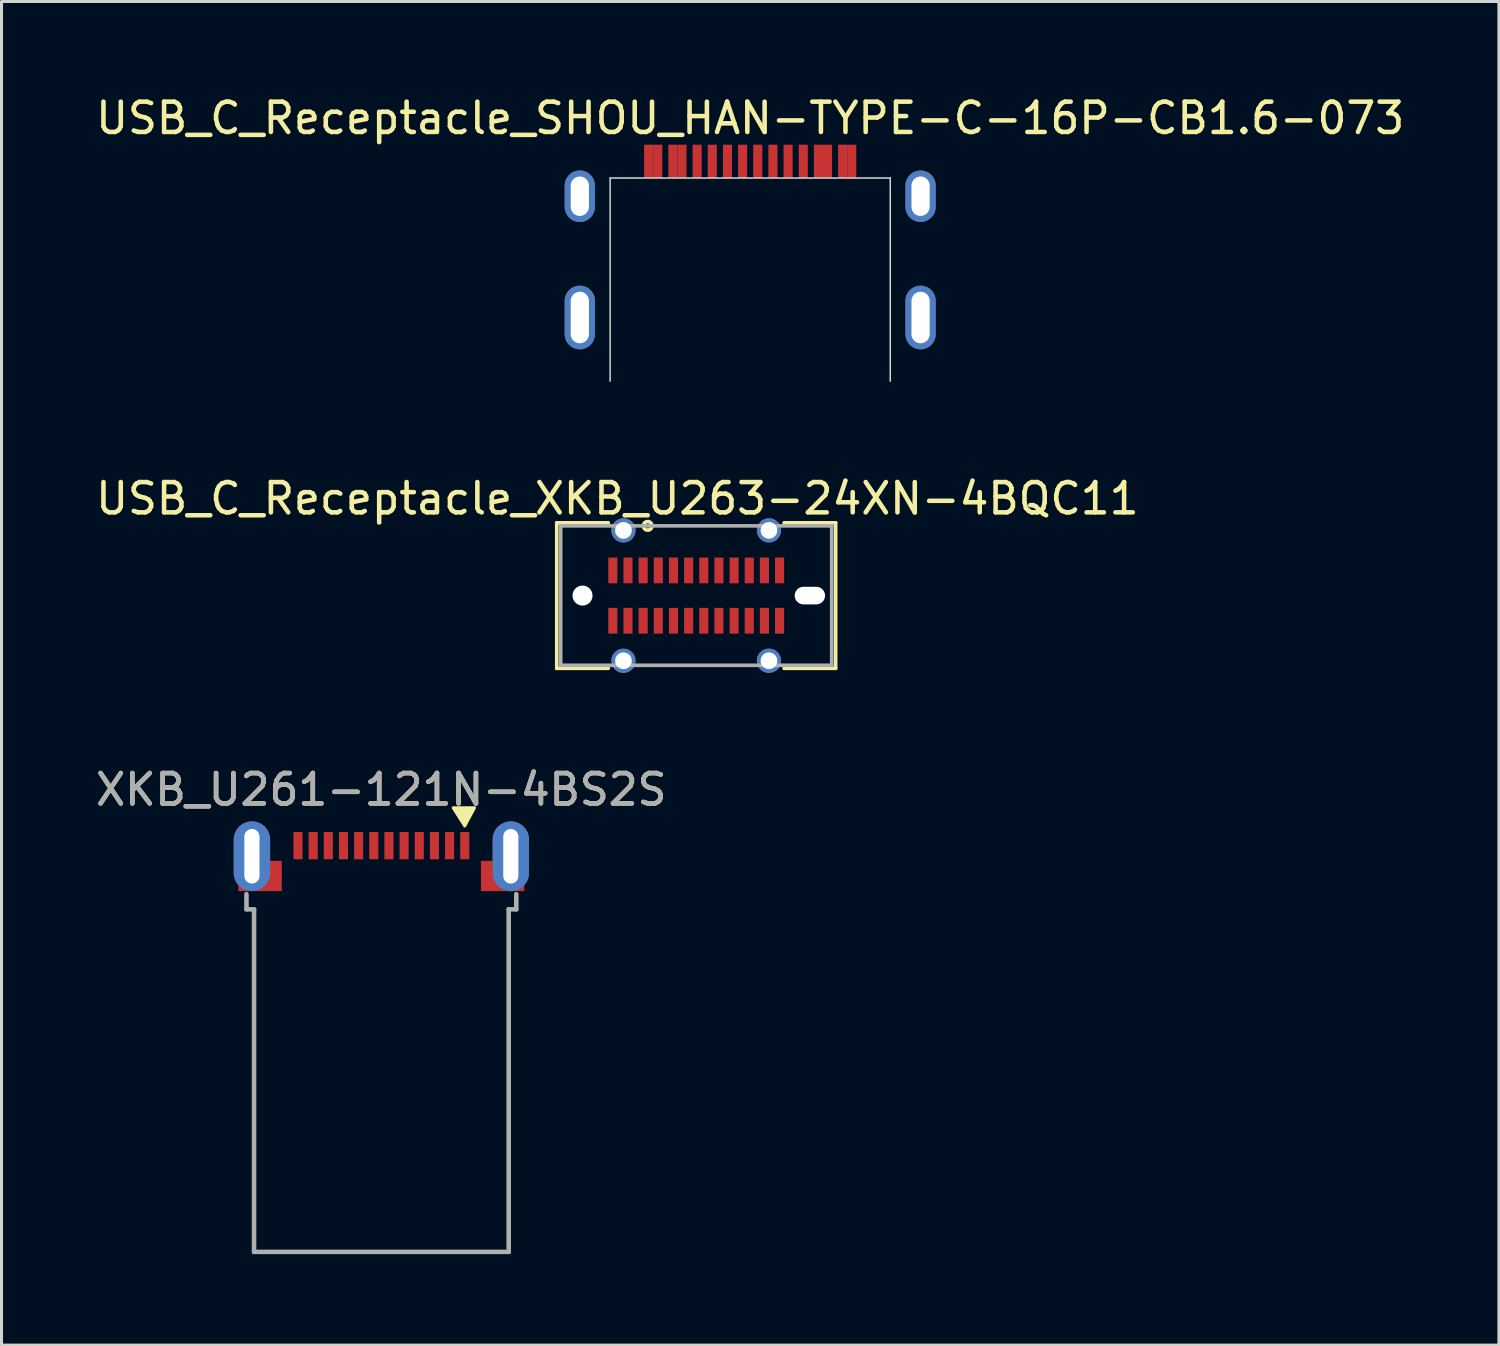
<source format=kicad_pcb>
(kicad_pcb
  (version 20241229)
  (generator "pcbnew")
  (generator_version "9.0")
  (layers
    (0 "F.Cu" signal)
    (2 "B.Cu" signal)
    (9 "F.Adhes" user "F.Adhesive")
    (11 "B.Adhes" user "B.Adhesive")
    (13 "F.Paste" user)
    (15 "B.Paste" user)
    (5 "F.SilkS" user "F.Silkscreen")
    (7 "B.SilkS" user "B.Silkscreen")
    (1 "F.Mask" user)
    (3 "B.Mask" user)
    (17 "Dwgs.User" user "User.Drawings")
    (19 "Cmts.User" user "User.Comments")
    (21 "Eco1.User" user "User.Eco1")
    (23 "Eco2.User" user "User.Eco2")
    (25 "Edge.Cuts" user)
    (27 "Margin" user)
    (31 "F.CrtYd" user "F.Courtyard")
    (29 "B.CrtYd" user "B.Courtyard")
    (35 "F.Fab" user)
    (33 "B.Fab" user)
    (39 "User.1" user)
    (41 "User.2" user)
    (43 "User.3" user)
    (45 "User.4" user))
  (footprint "USB_C_Receptacle_XKB_U263-24XN-4BQC11"
    (layer "F.Cu")
    (at 19.915 16.596)
    (property "Reference" "USB_C_Receptacle_XKB_U263-24XN-4BQC11" (at -2.6 -3.2 0) (unlocked yes) (layer "F.SilkS") (effects (font (size 1 1) (thickness 0.15))))
    (attr through_hole)
    (fp_line (start -4.6 -2.4) (end -4.6 2.4) (stroke (width 0.12) (type solid)) (layer "F.SilkS"))
    (fp_line (start -4.6 2.4) (end -2.9 2.4) (stroke (width 0.12) (type solid)) (layer "F.SilkS"))
    (fp_line (start -2.9 -2.4) (end -4.6 -2.4) (stroke (width 0.12) (type solid)) (layer "F.SilkS"))
    (fp_line (start 2.9 -2.4) (end 4.6 -2.4) (stroke (width 0.12) (type solid)) (layer "F.SilkS"))
    (fp_line (start 4.6 -2.4) (end 4.6 2.4) (stroke (width 0.12) (type solid)) (layer "F.SilkS"))
    (fp_line (start 4.6 2.4) (end 2.9 2.4) (stroke (width 0.12) (type solid)) (layer "F.SilkS"))
    (fp_circle (center -1.6 -2.3) (end -1.5 -2.4) (stroke (width 0.12) (type solid)) (fill no) (layer "F.SilkS"))
    (fp_line (start -4.47 -2.3) (end -4.47 2.3) (stroke (width 0.12) (type solid)) (layer "F.Fab"))
    (fp_line (start -4.47 -2.3) (end 4.47 -2.3) (stroke (width 0.12) (type solid)) (layer "F.Fab"))
    (fp_line (start -4.47 2.3) (end 4.47 2.3) (stroke (width 0.12) (type solid)) (layer "F.Fab"))
    (fp_line (start 4.47 2.3) (end 4.47 -2.3) (stroke (width 0.12) (type solid)) (layer "F.Fab"))
    (pad "" np_thru_hole circle (at -3.75 0) (size 0.66 0.66) (drill 0.66) (layers "*.Cu" "*.Mask"))
    (pad "" np_thru_hole oval (at 3.75 0) (size 1 0.58) (drill oval 1 0.58) (layers "*.Cu" "*.Mask"))
    (pad "A1" smd rect (at -2.75 -0.83) (size 0.3 0.85) (layers "F.Cu" "F.Mask" "F.Paste"))
    (pad "A2" smd rect (at -2.25 -0.83) (size 0.3 0.85) (layers "F.Cu" "F.Mask" "F.Paste"))
    (pad "A3" smd rect (at -1.75 -0.83) (size 0.3 0.85) (layers "F.Cu" "F.Mask" "F.Paste"))
    (pad "A4" smd rect (at -1.25 -0.83) (size 0.3 0.85) (layers "F.Cu" "F.Mask" "F.Paste"))
    (pad "A5" smd rect (at -0.75 -0.83) (size 0.3 0.85) (layers "F.Cu" "F.Mask" "F.Paste"))
    (pad "A6" smd rect (at -0.25 -0.83) (size 0.3 0.85) (layers "F.Cu" "F.Mask" "F.Paste"))
    (pad "A7" smd rect (at 0.25 -0.83) (size 0.3 0.85) (layers "F.Cu" "F.Mask" "F.Paste"))
    (pad "A8" smd rect (at 0.75 -0.83) (size 0.3 0.85) (layers "F.Cu" "F.Mask" "F.Paste"))
    (pad "A9" smd rect (at 1.25 -0.83) (size 0.3 0.85) (layers "F.Cu" "F.Mask" "F.Paste"))
    (pad "A10" smd rect (at 1.75 -0.83) (size 0.3 0.85) (layers "F.Cu" "F.Mask" "F.Paste"))
    (pad "A11" smd rect (at 2.25 -0.83) (size 0.3 0.85) (layers "F.Cu" "F.Mask" "F.Paste"))
    (pad "A12" smd rect (at 2.75 -0.83) (size 0.3 0.85) (layers "F.Cu" "F.Mask" "F.Paste"))
    (pad "B1" smd rect (at 2.75 0.83) (size 0.3 0.85) (layers "F.Cu" "F.Mask" "F.Paste"))
    (pad "B2" smd rect (at 2.25 0.83) (size 0.3 0.85) (layers "F.Cu" "F.Mask" "F.Paste"))
    (pad "B3" smd rect (at 1.75 0.83) (size 0.3 0.85) (layers "F.Cu" "F.Mask" "F.Paste"))
    (pad "B4" smd rect (at 1.25 0.83) (size 0.3 0.85) (layers "F.Cu" "F.Mask" "F.Paste"))
    (pad "B5" smd rect (at 0.75 0.83) (size 0.3 0.85) (layers "F.Cu" "F.Mask" "F.Paste"))
    (pad "B6" smd rect (at 0.25 0.83) (size 0.3 0.85) (layers "F.Cu" "F.Mask" "F.Paste"))
    (pad "B7" smd rect (at -0.25 0.83) (size 0.3 0.85) (layers "F.Cu" "F.Mask" "F.Paste"))
    (pad "B8" smd rect (at -0.75 0.83) (size 0.3 0.85) (layers "F.Cu" "F.Mask" "F.Paste"))
    (pad "B9" smd rect (at -1.25 0.83) (size 0.3 0.85) (layers "F.Cu" "F.Mask" "F.Paste"))
    (pad "B10" smd rect (at -1.75 0.83) (size 0.3 0.85) (layers "F.Cu" "F.Mask" "F.Paste"))
    (pad "B11" smd rect (at -2.25 0.83) (size 0.3 0.85) (layers "F.Cu" "F.Mask" "F.Paste"))
    (pad "B12" smd rect (at -2.75 0.83) (size 0.3 0.85) (layers "F.Cu" "F.Mask" "F.Paste"))
    (pad "S1" thru_hole circle (at -2.4 -2.15) (size 0.8 0.8) (drill 0.55) (layers "*.Cu" "*.Mask"))
    (pad "S1" thru_hole circle (at -2.4 2.15) (size 0.8 0.8) (drill 0.55) (layers "*.Cu" "*.Mask"))
    (pad "S1" thru_hole circle (at 2.4 -2.15) (size 0.8 0.8) (drill 0.55) (layers "*.Cu" "*.Mask"))
    (pad "S1" thru_hole circle (at 2.4 2.15) (size 0.8 0.8) (drill 0.55) (layers "*.Cu" "*.Mask")))
  (footprint "XKB_U261-121N-4BS2S"
    (layer "F.Cu")
    (at 9.53 25.345)
    (property "Reference" "XKB_U261-121N-4BS2S" (at 0 -2.35 0) (layer "F.SilkS") (effects (font (size 1 1) (thickness 0.15))))
    (attr smd)
    (fp_poly (pts (xy 2.75 -1.15) (xy 2.37 -1.75) (xy 3.07 -1.75)) (stroke (width 0.1) (type solid)) (fill yes) (layer "F.SilkS"))
    (fp_line (start -4.7 1.25) (end 4.7 1.25) (stroke (width 0.1) (type default)) (layer "Eco1.User"))
    (fp_line (start -4.45 1.1) (end -4.45 1.6) (stroke (width 0.15) (type solid)) (layer "F.Fab"))
    (fp_line (start -4.45 1.6) (end -4.2 1.6) (stroke (width 0.15) (type solid)) (layer "F.Fab"))
    (fp_line (start -4.2 1.6) (end -4.2 12.9) (stroke (width 0.15) (type solid)) (layer "F.Fab"))
    (fp_line (start 4.2 1.6) (end 4.2 12.9) (stroke (width 0.15) (type solid)) (layer "F.Fab"))
    (fp_line (start 4.2 1.6) (end 4.45 1.6) (stroke (width 0.15) (type solid)) (layer "F.Fab"))
    (fp_line (start 4.2 12.9) (end -4.2 12.9) (stroke (width 0.15) (type solid)) (layer "F.Fab"))
    (fp_line (start 4.45 1.1) (end 4.45 1.6) (stroke (width 0.15) (type solid)) (layer "F.Fab"))
    (fp_circle (center 4.4 -0.9) (end 4.43 -0.9) (stroke (width 0.06) (type solid)) (fill no) (layer "F.Fab"))
    (fp_text user "${REFERENCE}" (at 0 -2.35 180) (layer "F.Fab") (effects (font (size 1 1) (thickness 0.15))))
    (pad "A1" smd rect (at 2.75 -0.5) (size 0.3 0.9) (layers "F.Cu" "F.Mask" "F.Paste"))
    (pad "A2" smd rect (at 2.25 -0.5) (size 0.3 0.9) (layers "F.Cu" "F.Mask" "F.Paste"))
    (pad "A3" smd rect (at 1.75 -0.5) (size 0.3 0.9) (layers "F.Cu" "F.Mask" "F.Paste"))
    (pad "A4" smd rect (at 1.25 -0.5) (size 0.3 0.9) (layers "F.Cu" "F.Mask" "F.Paste"))
    (pad "A5" smd rect (at -1.25 -0.5) (size 0.3 0.9) (layers "F.Cu" "F.Mask" "F.Paste"))
    (pad "A6" smd rect (at -1.75 -0.5) (size 0.3 0.9) (layers "F.Cu" "F.Mask" "F.Paste"))
    (pad "A7" smd rect (at -2.25 -0.5) (size 0.3 0.9) (layers "F.Cu" "F.Mask" "F.Paste"))
    (pad "A12" smd rect (at -2.75 -0.5) (size 0.3 0.9) (layers "F.Cu" "F.Mask" "F.Paste"))
    (pad "B9" smd rect (at -0.75 -0.5) (size 0.3 0.9) (layers "F.Cu" "F.Mask" "F.Paste"))
    (pad "B10" smd rect (at -0.25 -0.5) (size 0.3 0.9) (layers "F.Cu" "F.Mask" "F.Paste"))
    (pad "B11" smd rect (at 0.25 -0.5) (size 0.3 0.9) (layers "F.Cu" "F.Mask" "F.Paste"))
    (pad "B12" smd rect (at 0.75 -0.5) (size 0.3 0.9) (layers "F.Cu" "F.Mask" "F.Paste"))
    (pad "S1" thru_hole oval (at -4.27 -0.15) (size 1.2 2.3) (drill oval 0.5 1.8) (layers "*.Cu" "*.Mask" "F.Paste"))
    (pad "S1" smd rect (at -4 0.5 90) (size 1 1.43) (layers "F.Cu" "F.Mask" "F.Paste"))
    (pad "S1" smd rect (at 4 0.5 90) (size 1 1.43) (layers "F.Cu" "F.Mask" "F.Paste"))
    (pad "S1" thru_hole oval (at 4.27 -0.15) (size 1.2 2.3) (drill oval 0.5 1.8) (layers "*.Cu" "*.Mask" "F.Paste")))
  (footprint "USB_C_Receptacle_SHOU_HAN-TYPE-C-16P-CB1.6-073"
    (layer "F.Cu")
    (at 21.696 4.848)
    (property "Reference" "USB_C_Receptacle_SHOU_HAN-TYPE-C-16P-CB1.6-073" (at 0 -4 0) (layer "F.SilkS") (effects (font (size 1 1) (thickness 0.15))))
    (attr smd)
    (fp_line (start -4.62 -2.025) (end 4.62 -2.025) (stroke (width 0.05) (type solid)) (layer "Edge.Cuts"))
    (fp_line (start -4.62 4.675) (end -4.62 -2.025) (stroke (width 0.05) (type solid)) (layer "Edge.Cuts"))
    (fp_line (start 4.62 4.675) (end 4.62 -2.025) (stroke (width 0.05) (type solid)) (layer "Edge.Cuts"))
    (pad "A1" smd rect (at -3.35 -2.575) (size 0.3 1.1) (layers "F.Cu" "F.Mask" "F.Paste"))
    (pad "A4" smd rect (at -2.55 -2.575) (size 0.3 1.1) (layers "F.Cu" "F.Mask" "F.Paste"))
    (pad "A5" smd rect (at -1.25 -2.575) (size 0.3 1.1) (layers "F.Cu" "F.Mask" "F.Paste"))
    (pad "A6" smd rect (at -0.25 -2.575) (size 0.3 1.1) (layers "F.Cu" "F.Mask" "F.Paste"))
    (pad "A7" smd rect (at 0.25 -2.575) (size 0.3 1.1) (layers "F.Cu" "F.Mask" "F.Paste"))
    (pad "A8" smd rect (at 1.25 -2.575) (size 0.3 1.1) (layers "F.Cu" "F.Mask" "F.Paste"))
    (pad "A9" smd rect (at 2.55 -2.575) (size 0.3 1.1) (layers "F.Cu" "F.Mask" "F.Paste"))
    (pad "A12" smd rect (at 3.35 -2.575) (size 0.3 1.1) (layers "F.Cu" "F.Mask" "F.Paste"))
    (pad "B1" smd rect (at 3.05 -2.575) (size 0.3 1.1) (layers "F.Cu" "F.Mask" "F.Paste"))
    (pad "B4" smd rect (at 2.25 -2.575) (size 0.3 1.1) (layers "F.Cu" "F.Mask" "F.Paste"))
    (pad "B5" smd rect (at 1.75 -2.575) (size 0.3 1.1) (layers "F.Cu" "F.Mask" "F.Paste"))
    (pad "B6" smd rect (at 0.75 -2.575) (size 0.3 1.1) (layers "F.Cu" "F.Mask" "F.Paste"))
    (pad "B7" smd rect (at -0.75 -2.575) (size 0.3 1.1) (layers "F.Cu" "F.Mask" "F.Paste"))
    (pad "B8" smd rect (at -1.75 -2.575) (size 0.3 1.1) (layers "F.Cu" "F.Mask" "F.Paste"))
    (pad "B9" smd rect (at -2.25 -2.575) (size 0.3 1.1) (layers "F.Cu" "F.Mask" "F.Paste"))
    (pad "B12" smd rect (at -3.05 -2.575) (size 0.3 1.1) (layers "F.Cu" "F.Mask" "F.Paste"))
    (pad "S1" thru_hole oval (at -5.62 -1.425) (size 1 1.7) (drill oval 0.6 1.3) (layers "*.Cu" "*.Paste" "*.Mask"))
    (pad "S1" thru_hole oval (at -5.62 2.575) (size 1 2.1) (drill oval 0.6 1.7) (layers "*.Cu" "*.Paste" "*.Mask"))
    (pad "S1" thru_hole oval (at 5.62 -1.425) (size 1 1.7) (drill oval 0.6 1.3) (layers "*.Cu" "*.Paste" "*.Mask"))
    (pad "S1" thru_hole oval (at 5.62 2.575) (size 1 2.1) (drill oval 0.6 1.7) (layers "*.Cu" "*.Paste" "*.Mask")))
  (gr_rect
    (start -3 -3)
    (end 46.393 41.32)
    (stroke (width 0.1) (type default))
    (fill no)
    (layer "Edge.Cuts")))
</source>
